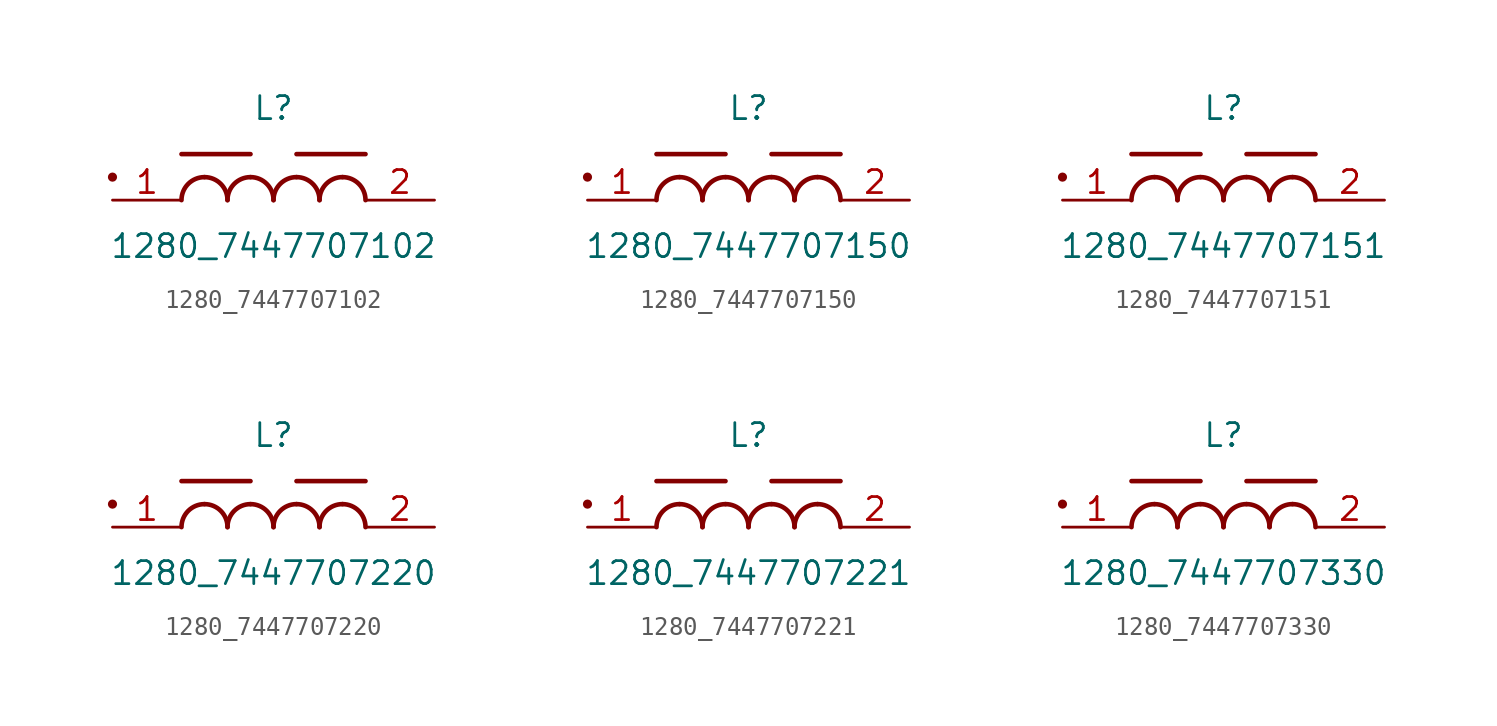
<source format=kicad_sym>
(kicad_symbol_lib
  (version 20211014)
  (generator kicad_symbol_editor)
  (symbol "Inductor_Wurth_WE-PD:1280_7447707102"
    (pin_names hide)
    (property "Reference" "L"
      (at 0 5.08 0)
      (effects (font (size 1.27 1.27))))
    (property "Value" "1280_7447707102"
      (at 0 -2.54 0)
      (effects (font (size 1.27 1.27))))
    (symbol "1280_7447707102_0_1"
      (circle (center -8.89 1.27) (radius 0.0001) (stroke (width 0.254)) (stroke (width 0.254) (type default) (color 0 0 0 0)) (fill (type none)))
      (arc (start -3.81 1.27) (mid -4.708 0.898) (end -5.08 0) (stroke (width 0.254) (type default) (color 0 0 0 0)) (fill (type none)))
      (arc (start -2.54 0) (mid -2.912 0.898) (end -3.81 1.27) (stroke (width 0.254) (type default) (color 0 0 0 0)) (fill (type none)))
      (arc (start -1.2699 1.2701) (mid -2.1679 0.8981) (end -2.5399 0.0001) (stroke (width 0.254) (type default) (color 0 0 0 0)) (fill (type none)))
      (polyline (pts (xy -5.08 2.54) (xy -1.27 2.54)) (stroke (width 0.254) (type default) (color 0 0 0 0)) (fill (type none)))
      (polyline (pts (xy 5.08 2.54) (xy 1.27 2.54)) (stroke (width 0.254) (type default) (color 0 0 0 0)) (fill (type none)))
      (arc (start 0.0001 0.0001) (mid -0.3719 0.8981) (end -1.2699 1.2701) (stroke (width 0.254) (type default) (color 0 0 0 0)) (fill (type none)))
      (arc (start 1.2701 1.2701) (mid 0.3721 0.8981) (end 0.0001 0.0001) (stroke (width 0.254) (type default) (color 0 0 0 0)) (fill (type none)))
      (arc (start 2.5401 0.0001) (mid 2.1681 0.8981) (end 1.2701 1.2701) (stroke (width 0.254) (type default) (color 0 0 0 0)) (fill (type none)))
      (arc (start 3.8101 1.2701) (mid 2.9121 0.8981) (end 2.5401 0.0001) (stroke (width 0.254) (type default) (color 0 0 0 0)) (fill (type none)))
      (arc (start 5.0801 0.0001) (mid 4.7081 0.8981) (end 3.8101 1.2701) (stroke (width 0.254) (type default) (color 0 0 0 0)) (fill (type none))))
    (symbol "1280_7447707102_1_1"
      (pin passive line (at -8.89 0 0) (length 3.81) (name "1" (effects (font (size 1.27 1.27)))) (number "1" (effects (font (size 1.27 1.27)))))
      (pin passive line (at 8.89 0 180) (length 3.81) (name "2" (effects (font (size 1.27 1.27)))) (number "2" (effects (font (size 1.27 1.27)))))))
  (symbol "Inductor_Wurth_WE-PD:1280_7447707150"
    (pin_names hide)
    (property "Reference" "L"
      (at 0 5.08 0)
      (effects (font (size 1.27 1.27))))
    (property "Value" "1280_7447707150"
      (at 0 -2.54 0)
      (effects (font (size 1.27 1.27))))
    (symbol "1280_7447707150_0_1"
      (circle (center -8.89 1.27) (radius 0.0001) (stroke (width 0.254)) (stroke (width 0.254) (type default) (color 0 0 0 0)) (fill (type none)))
      (arc (start -3.81 1.27) (mid -4.708 0.898) (end -5.08 0) (stroke (width 0.254) (type default) (color 0 0 0 0)) (fill (type none)))
      (arc (start -2.54 0) (mid -2.912 0.898) (end -3.81 1.27) (stroke (width 0.254) (type default) (color 0 0 0 0)) (fill (type none)))
      (arc (start -1.2699 1.2701) (mid -2.1679 0.8981) (end -2.5399 0.0001) (stroke (width 0.254) (type default) (color 0 0 0 0)) (fill (type none)))
      (polyline (pts (xy -5.08 2.54) (xy -1.27 2.54)) (stroke (width 0.254) (type default) (color 0 0 0 0)) (fill (type none)))
      (polyline (pts (xy 5.08 2.54) (xy 1.27 2.54)) (stroke (width 0.254) (type default) (color 0 0 0 0)) (fill (type none)))
      (arc (start 0.0001 0.0001) (mid -0.3719 0.8981) (end -1.2699 1.2701) (stroke (width 0.254) (type default) (color 0 0 0 0)) (fill (type none)))
      (arc (start 1.2701 1.2701) (mid 0.3721 0.8981) (end 0.0001 0.0001) (stroke (width 0.254) (type default) (color 0 0 0 0)) (fill (type none)))
      (arc (start 2.5401 0.0001) (mid 2.1681 0.8981) (end 1.2701 1.2701) (stroke (width 0.254) (type default) (color 0 0 0 0)) (fill (type none)))
      (arc (start 3.8101 1.2701) (mid 2.9121 0.8981) (end 2.5401 0.0001) (stroke (width 0.254) (type default) (color 0 0 0 0)) (fill (type none)))
      (arc (start 5.0801 0.0001) (mid 4.7081 0.8981) (end 3.8101 1.2701) (stroke (width 0.254) (type default) (color 0 0 0 0)) (fill (type none))))
    (symbol "1280_7447707150_1_1"
      (pin passive line (at -8.89 0 0) (length 3.81) (name "1" (effects (font (size 1.27 1.27)))) (number "1" (effects (font (size 1.27 1.27)))))
      (pin passive line (at 8.89 0 180) (length 3.81) (name "2" (effects (font (size 1.27 1.27)))) (number "2" (effects (font (size 1.27 1.27)))))))
  (symbol "Inductor_Wurth_WE-PD:1280_7447707151"
    (pin_names hide)
    (property "Reference" "L"
      (at 0 5.08 0)
      (effects (font (size 1.27 1.27))))
    (property "Value" "1280_7447707151"
      (at 0 -2.54 0)
      (effects (font (size 1.27 1.27))))
    (symbol "1280_7447707151_0_1"
      (circle (center -8.89 1.27) (radius 0.0001) (stroke (width 0.254)) (stroke (width 0.254) (type default) (color 0 0 0 0)) (fill (type none)))
      (arc (start -3.81 1.27) (mid -4.708 0.898) (end -5.08 0) (stroke (width 0.254) (type default) (color 0 0 0 0)) (fill (type none)))
      (arc (start -2.54 0) (mid -2.912 0.898) (end -3.81 1.27) (stroke (width 0.254) (type default) (color 0 0 0 0)) (fill (type none)))
      (arc (start -1.2699 1.2701) (mid -2.1679 0.8981) (end -2.5399 0.0001) (stroke (width 0.254) (type default) (color 0 0 0 0)) (fill (type none)))
      (polyline (pts (xy -5.08 2.54) (xy -1.27 2.54)) (stroke (width 0.254) (type default) (color 0 0 0 0)) (fill (type none)))
      (polyline (pts (xy 5.08 2.54) (xy 1.27 2.54)) (stroke (width 0.254) (type default) (color 0 0 0 0)) (fill (type none)))
      (arc (start 0.0001 0.0001) (mid -0.3719 0.8981) (end -1.2699 1.2701) (stroke (width 0.254) (type default) (color 0 0 0 0)) (fill (type none)))
      (arc (start 1.2701 1.2701) (mid 0.3721 0.8981) (end 0.0001 0.0001) (stroke (width 0.254) (type default) (color 0 0 0 0)) (fill (type none)))
      (arc (start 2.5401 0.0001) (mid 2.1681 0.8981) (end 1.2701 1.2701) (stroke (width 0.254) (type default) (color 0 0 0 0)) (fill (type none)))
      (arc (start 3.8101 1.2701) (mid 2.9121 0.8981) (end 2.5401 0.0001) (stroke (width 0.254) (type default) (color 0 0 0 0)) (fill (type none)))
      (arc (start 5.0801 0.0001) (mid 4.7081 0.8981) (end 3.8101 1.2701) (stroke (width 0.254) (type default) (color 0 0 0 0)) (fill (type none))))
    (symbol "1280_7447707151_1_1"
      (pin passive line (at -8.89 0 0) (length 3.81) (name "1" (effects (font (size 1.27 1.27)))) (number "1" (effects (font (size 1.27 1.27)))))
      (pin passive line (at 8.89 0 180) (length 3.81) (name "2" (effects (font (size 1.27 1.27)))) (number "2" (effects (font (size 1.27 1.27)))))))
  (symbol "Inductor_Wurth_WE-PD:1280_7447707220"
    (pin_names hide)
    (property "Reference" "L"
      (at 0 5.08 0)
      (effects (font (size 1.27 1.27))))
    (property "Value" "1280_7447707220"
      (at 0 -2.54 0)
      (effects (font (size 1.27 1.27))))
    (symbol "1280_7447707220_0_1"
      (circle (center -8.89 1.27) (radius 0.0001) (stroke (width 0.254)) (stroke (width 0.254) (type default) (color 0 0 0 0)) (fill (type none)))
      (arc (start -3.81 1.27) (mid -4.708 0.898) (end -5.08 0) (stroke (width 0.254) (type default) (color 0 0 0 0)) (fill (type none)))
      (arc (start -2.54 0) (mid -2.912 0.898) (end -3.81 1.27) (stroke (width 0.254) (type default) (color 0 0 0 0)) (fill (type none)))
      (arc (start -1.2699 1.2701) (mid -2.1679 0.8981) (end -2.5399 0.0001) (stroke (width 0.254) (type default) (color 0 0 0 0)) (fill (type none)))
      (polyline (pts (xy -5.08 2.54) (xy -1.27 2.54)) (stroke (width 0.254) (type default) (color 0 0 0 0)) (fill (type none)))
      (polyline (pts (xy 5.08 2.54) (xy 1.27 2.54)) (stroke (width 0.254) (type default) (color 0 0 0 0)) (fill (type none)))
      (arc (start 0.0001 0.0001) (mid -0.3719 0.8981) (end -1.2699 1.2701) (stroke (width 0.254) (type default) (color 0 0 0 0)) (fill (type none)))
      (arc (start 1.2701 1.2701) (mid 0.3721 0.8981) (end 0.0001 0.0001) (stroke (width 0.254) (type default) (color 0 0 0 0)) (fill (type none)))
      (arc (start 2.5401 0.0001) (mid 2.1681 0.8981) (end 1.2701 1.2701) (stroke (width 0.254) (type default) (color 0 0 0 0)) (fill (type none)))
      (arc (start 3.8101 1.2701) (mid 2.9121 0.8981) (end 2.5401 0.0001) (stroke (width 0.254) (type default) (color 0 0 0 0)) (fill (type none)))
      (arc (start 5.0801 0.0001) (mid 4.7081 0.8981) (end 3.8101 1.2701) (stroke (width 0.254) (type default) (color 0 0 0 0)) (fill (type none))))
    (symbol "1280_7447707220_1_1"
      (pin passive line (at -8.89 0 0) (length 3.81) (name "1" (effects (font (size 1.27 1.27)))) (number "1" (effects (font (size 1.27 1.27)))))
      (pin passive line (at 8.89 0 180) (length 3.81) (name "2" (effects (font (size 1.27 1.27)))) (number "2" (effects (font (size 1.27 1.27)))))))
  (symbol "Inductor_Wurth_WE-PD:1280_7447707221"
    (pin_names hide)
    (property "Reference" "L"
      (at 0 5.08 0)
      (effects (font (size 1.27 1.27))))
    (property "Value" "1280_7447707221"
      (at 0 -2.54 0)
      (effects (font (size 1.27 1.27))))
    (symbol "1280_7447707221_0_1"
      (circle (center -8.89 1.27) (radius 0.0001) (stroke (width 0.254)) (stroke (width 0.254) (type default) (color 0 0 0 0)) (fill (type none)))
      (arc (start -3.81 1.27) (mid -4.708 0.898) (end -5.08 0) (stroke (width 0.254) (type default) (color 0 0 0 0)) (fill (type none)))
      (arc (start -2.54 0) (mid -2.912 0.898) (end -3.81 1.27) (stroke (width 0.254) (type default) (color 0 0 0 0)) (fill (type none)))
      (arc (start -1.2699 1.2701) (mid -2.1679 0.8981) (end -2.5399 0.0001) (stroke (width 0.254) (type default) (color 0 0 0 0)) (fill (type none)))
      (polyline (pts (xy -5.08 2.54) (xy -1.27 2.54)) (stroke (width 0.254) (type default) (color 0 0 0 0)) (fill (type none)))
      (polyline (pts (xy 5.08 2.54) (xy 1.27 2.54)) (stroke (width 0.254) (type default) (color 0 0 0 0)) (fill (type none)))
      (arc (start 0.0001 0.0001) (mid -0.3719 0.8981) (end -1.2699 1.2701) (stroke (width 0.254) (type default) (color 0 0 0 0)) (fill (type none)))
      (arc (start 1.2701 1.2701) (mid 0.3721 0.8981) (end 0.0001 0.0001) (stroke (width 0.254) (type default) (color 0 0 0 0)) (fill (type none)))
      (arc (start 2.5401 0.0001) (mid 2.1681 0.8981) (end 1.2701 1.2701) (stroke (width 0.254) (type default) (color 0 0 0 0)) (fill (type none)))
      (arc (start 3.8101 1.2701) (mid 2.9121 0.8981) (end 2.5401 0.0001) (stroke (width 0.254) (type default) (color 0 0 0 0)) (fill (type none)))
      (arc (start 5.0801 0.0001) (mid 4.7081 0.8981) (end 3.8101 1.2701) (stroke (width 0.254) (type default) (color 0 0 0 0)) (fill (type none))))
    (symbol "1280_7447707221_1_1"
      (pin passive line (at -8.89 0 0) (length 3.81) (name "1" (effects (font (size 1.27 1.27)))) (number "1" (effects (font (size 1.27 1.27)))))
      (pin passive line (at 8.89 0 180) (length 3.81) (name "2" (effects (font (size 1.27 1.27)))) (number "2" (effects (font (size 1.27 1.27)))))))
  (symbol "Inductor_Wurth_WE-PD:1280_7447707330"
    (pin_names hide)
    (property "Reference" "L"
      (at 0 5.08 0)
      (effects (font (size 1.27 1.27))))
    (property "Value" "1280_7447707330"
      (at 0 -2.54 0)
      (effects (font (size 1.27 1.27))))
    (symbol "1280_7447707330_0_1"
      (circle (center -8.89 1.27) (radius 0.0001) (stroke (width 0.254)) (stroke (width 0.254) (type default) (color 0 0 0 0)) (fill (type none)))
      (arc (start -3.81 1.27) (mid -4.708 0.898) (end -5.08 0) (stroke (width 0.254) (type default) (color 0 0 0 0)) (fill (type none)))
      (arc (start -2.54 0) (mid -2.912 0.898) (end -3.81 1.27) (stroke (width 0.254) (type default) (color 0 0 0 0)) (fill (type none)))
      (arc (start -1.2699 1.2701) (mid -2.1679 0.8981) (end -2.5399 0.0001) (stroke (width 0.254) (type default) (color 0 0 0 0)) (fill (type none)))
      (polyline (pts (xy -5.08 2.54) (xy -1.27 2.54)) (stroke (width 0.254) (type default) (color 0 0 0 0)) (fill (type none)))
      (polyline (pts (xy 5.08 2.54) (xy 1.27 2.54)) (stroke (width 0.254) (type default) (color 0 0 0 0)) (fill (type none)))
      (arc (start 0.0001 0.0001) (mid -0.3719 0.8981) (end -1.2699 1.2701) (stroke (width 0.254) (type default) (color 0 0 0 0)) (fill (type none)))
      (arc (start 1.2701 1.2701) (mid 0.3721 0.8981) (end 0.0001 0.0001) (stroke (width 0.254) (type default) (color 0 0 0 0)) (fill (type none)))
      (arc (start 2.5401 0.0001) (mid 2.1681 0.8981) (end 1.2701 1.2701) (stroke (width 0.254) (type default) (color 0 0 0 0)) (fill (type none)))
      (arc (start 3.8101 1.2701) (mid 2.9121 0.8981) (end 2.5401 0.0001) (stroke (width 0.254) (type default) (color 0 0 0 0)) (fill (type none)))
      (arc (start 5.0801 0.0001) (mid 4.7081 0.8981) (end 3.8101 1.2701) (stroke (width 0.254) (type default) (color 0 0 0 0)) (fill (type none))))
    (symbol "1280_7447707330_1_1"
      (pin passive line (at -8.89 0 0) (length 3.81) (name "1" (effects (font (size 1.27 1.27)))) (number "1" (effects (font (size 1.27 1.27)))))
      (pin passive line (at 8.89 0 180) (length 3.81) (name "2" (effects (font (size 1.27 1.27)))) (number "2" (effects (font (size 1.27 1.27))))))))
</source>
